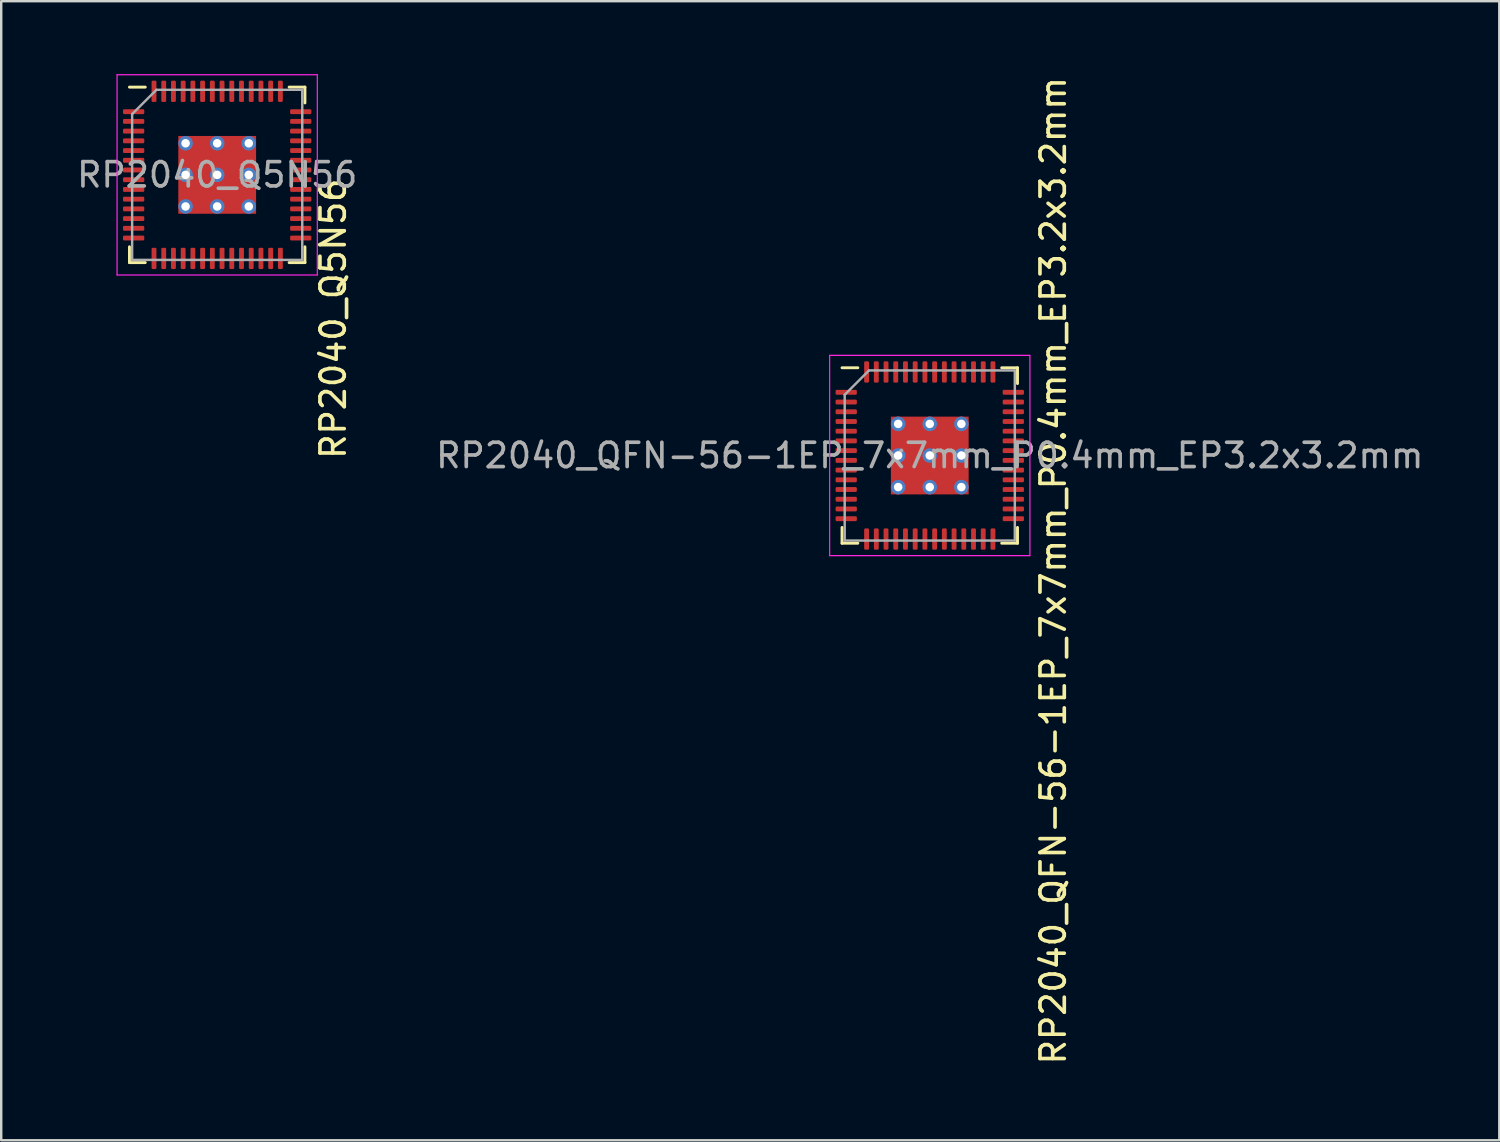
<source format=kicad_pcb>
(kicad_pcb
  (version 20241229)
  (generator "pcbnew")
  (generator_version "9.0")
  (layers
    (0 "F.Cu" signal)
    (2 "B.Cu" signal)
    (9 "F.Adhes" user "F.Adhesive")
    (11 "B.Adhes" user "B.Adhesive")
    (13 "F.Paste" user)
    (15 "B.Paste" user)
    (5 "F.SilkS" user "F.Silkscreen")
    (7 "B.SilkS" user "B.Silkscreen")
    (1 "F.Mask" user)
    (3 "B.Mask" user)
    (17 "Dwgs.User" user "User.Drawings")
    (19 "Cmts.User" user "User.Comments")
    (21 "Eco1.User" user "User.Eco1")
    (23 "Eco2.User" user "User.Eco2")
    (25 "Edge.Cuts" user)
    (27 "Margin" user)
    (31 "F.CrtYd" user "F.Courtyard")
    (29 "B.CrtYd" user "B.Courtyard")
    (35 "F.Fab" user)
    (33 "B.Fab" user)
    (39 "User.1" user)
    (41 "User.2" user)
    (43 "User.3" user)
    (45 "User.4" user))
  (footprint "RP2040_Q5N56"
    (layer "F.Cu")
    (at 5.887 4.145)
    (property "Reference" "RP2040_Q5N56" (at 4.773 5.919 90) (layer "F.SilkS") (effects (font (size 1 1) (thickness 0.15))))
    (attr smd)
    (fp_line (start -3.61 3.61) (end -3.61 2.96) (stroke (width 0.12) (type solid)) (layer "F.SilkS"))
    (fp_line (start -2.96 -3.61) (end -3.61 -3.61) (stroke (width 0.12) (type solid)) (layer "F.SilkS"))
    (fp_line (start -2.96 3.61) (end -3.61 3.61) (stroke (width 0.12) (type solid)) (layer "F.SilkS"))
    (fp_line (start 2.96 -3.61) (end 3.61 -3.61) (stroke (width 0.12) (type solid)) (layer "F.SilkS"))
    (fp_line (start 2.96 3.61) (end 3.61 3.61) (stroke (width 0.12) (type solid)) (layer "F.SilkS"))
    (fp_line (start 3.61 -3.61) (end 3.61 -2.96) (stroke (width 0.12) (type solid)) (layer "F.SilkS"))
    (fp_line (start 3.61 3.61) (end 3.61 2.96) (stroke (width 0.12) (type solid)) (layer "F.SilkS"))
    (fp_line (start -4.12 -4.12) (end -4.12 4.12) (stroke (width 0.05) (type solid)) (layer "F.CrtYd"))
    (fp_line (start -4.12 4.12) (end 4.12 4.12) (stroke (width 0.05) (type solid)) (layer "F.CrtYd"))
    (fp_line (start 4.12 -4.12) (end -4.12 -4.12) (stroke (width 0.05) (type solid)) (layer "F.CrtYd"))
    (fp_line (start 4.12 4.12) (end 4.12 -4.12) (stroke (width 0.05) (type solid)) (layer "F.CrtYd"))
    (fp_line (start -3.5 -2.5) (end -2.5 -3.5) (stroke (width 0.1) (type solid)) (layer "F.Fab"))
    (fp_line (start -3.5 3.5) (end -3.5 -2.5) (stroke (width 0.1) (type solid)) (layer "F.Fab"))
    (fp_line (start -2.5 -3.5) (end 3.5 -3.5) (stroke (width 0.1) (type solid)) (layer "F.Fab"))
    (fp_line (start 3.5 -3.5) (end 3.5 3.5) (stroke (width 0.1) (type solid)) (layer "F.Fab"))
    (fp_line (start 3.5 3.5) (end -3.5 3.5) (stroke (width 0.1) (type solid)) (layer "F.Fab"))
    (fp_text user "${REFERENCE}" (at 0 0 180) (layer "F.Fab") (effects (font (size 1 1) (thickness 0.15))))
    (pad "" smd roundrect (at -0.8 -0.8) (size 1.29 1.29) (layers "F.Paste") (roundrect_rratio 0.194))
    (pad "" smd roundrect (at -0.8 0.8) (size 1.29 1.29) (layers "F.Paste") (roundrect_rratio 0.194))
    (pad "" smd roundrect (at 0.8 -0.8) (size 1.29 1.29) (layers "F.Paste") (roundrect_rratio 0.194))
    (pad "" smd roundrect (at 0.8 0.8) (size 1.29 1.29) (layers "F.Paste") (roundrect_rratio 0.194))
    (pad "1" smd roundrect (at -3.438 -2.6) (size 0.875 0.2) (layers "F.Cu" "F.Mask" "F.Paste") (roundrect_rratio 0.25))
    (pad "2" smd roundrect (at -3.438 -2.2) (size 0.875 0.2) (layers "F.Cu" "F.Mask" "F.Paste") (roundrect_rratio 0.25))
    (pad "3" smd roundrect (at -3.438 -1.8) (size 0.875 0.2) (layers "F.Cu" "F.Mask" "F.Paste") (roundrect_rratio 0.25))
    (pad "4" smd roundrect (at -3.438 -1.4) (size 0.875 0.2) (layers "F.Cu" "F.Mask" "F.Paste") (roundrect_rratio 0.25))
    (pad "5" smd roundrect (at -3.438 -1) (size 0.875 0.2) (layers "F.Cu" "F.Mask" "F.Paste") (roundrect_rratio 0.25))
    (pad "6" smd roundrect (at -3.438 -0.6) (size 0.875 0.2) (layers "F.Cu" "F.Mask" "F.Paste") (roundrect_rratio 0.25))
    (pad "7" smd roundrect (at -3.438 -0.2) (size 0.875 0.2) (layers "F.Cu" "F.Mask" "F.Paste") (roundrect_rratio 0.25))
    (pad "8" smd roundrect (at -3.438 0.2) (size 0.875 0.2) (layers "F.Cu" "F.Mask" "F.Paste") (roundrect_rratio 0.25))
    (pad "9" smd roundrect (at -3.438 0.6) (size 0.875 0.2) (layers "F.Cu" "F.Mask" "F.Paste") (roundrect_rratio 0.25))
    (pad "10" smd roundrect (at -3.438 1) (size 0.875 0.2) (layers "F.Cu" "F.Mask" "F.Paste") (roundrect_rratio 0.25))
    (pad "11" smd roundrect (at -3.438 1.4) (size 0.875 0.2) (layers "F.Cu" "F.Mask" "F.Paste") (roundrect_rratio 0.25))
    (pad "12" smd roundrect (at -3.438 1.8) (size 0.875 0.2) (layers "F.Cu" "F.Mask" "F.Paste") (roundrect_rratio 0.25))
    (pad "13" smd roundrect (at -3.438 2.2) (size 0.875 0.2) (layers "F.Cu" "F.Mask" "F.Paste") (roundrect_rratio 0.25))
    (pad "14" smd roundrect (at -3.438 2.6) (size 0.875 0.2) (layers "F.Cu" "F.Mask" "F.Paste") (roundrect_rratio 0.25))
    (pad "15" smd roundrect (at -2.6 3.438) (size 0.2 0.875) (layers "F.Cu" "F.Mask" "F.Paste") (roundrect_rratio 0.25))
    (pad "16" smd roundrect (at -2.2 3.438) (size 0.2 0.875) (layers "F.Cu" "F.Mask" "F.Paste") (roundrect_rratio 0.25))
    (pad "17" smd roundrect (at -1.8 3.438) (size 0.2 0.875) (layers "F.Cu" "F.Mask" "F.Paste") (roundrect_rratio 0.25))
    (pad "18" smd roundrect (at -1.4 3.438) (size 0.2 0.875) (layers "F.Cu" "F.Mask" "F.Paste") (roundrect_rratio 0.25))
    (pad "19" smd roundrect (at -1 3.438) (size 0.2 0.875) (layers "F.Cu" "F.Mask" "F.Paste") (roundrect_rratio 0.25))
    (pad "20" smd roundrect (at -0.6 3.438) (size 0.2 0.875) (layers "F.Cu" "F.Mask" "F.Paste") (roundrect_rratio 0.25))
    (pad "21" smd roundrect (at -0.2 3.438) (size 0.2 0.875) (layers "F.Cu" "F.Mask" "F.Paste") (roundrect_rratio 0.25))
    (pad "22" smd roundrect (at 0.2 3.438) (size 0.2 0.875) (layers "F.Cu" "F.Mask" "F.Paste") (roundrect_rratio 0.25))
    (pad "23" smd roundrect (at 0.6 3.438) (size 0.2 0.875) (layers "F.Cu" "F.Mask" "F.Paste") (roundrect_rratio 0.25))
    (pad "24" smd roundrect (at 1 3.438) (size 0.2 0.875) (layers "F.Cu" "F.Mask" "F.Paste") (roundrect_rratio 0.25))
    (pad "25" smd roundrect (at 1.4 3.438) (size 0.2 0.875) (layers "F.Cu" "F.Mask" "F.Paste") (roundrect_rratio 0.25))
    (pad "26" smd roundrect (at 1.8 3.438) (size 0.2 0.875) (layers "F.Cu" "F.Mask" "F.Paste") (roundrect_rratio 0.25))
    (pad "27" smd roundrect (at 2.2 3.438) (size 0.2 0.875) (layers "F.Cu" "F.Mask" "F.Paste") (roundrect_rratio 0.25))
    (pad "28" smd roundrect (at 2.6 3.438) (size 0.2 0.875) (layers "F.Cu" "F.Mask" "F.Paste") (roundrect_rratio 0.25))
    (pad "29" smd roundrect (at 3.438 2.6) (size 0.875 0.2) (layers "F.Cu" "F.Mask" "F.Paste") (roundrect_rratio 0.25))
    (pad "30" smd roundrect (at 3.438 2.2) (size 0.875 0.2) (layers "F.Cu" "F.Mask" "F.Paste") (roundrect_rratio 0.25))
    (pad "31" smd roundrect (at 3.438 1.8) (size 0.875 0.2) (layers "F.Cu" "F.Mask" "F.Paste") (roundrect_rratio 0.25))
    (pad "32" smd roundrect (at 3.438 1.4) (size 0.875 0.2) (layers "F.Cu" "F.Mask" "F.Paste") (roundrect_rratio 0.25))
    (pad "33" smd roundrect (at 3.438 1) (size 0.875 0.2) (layers "F.Cu" "F.Mask" "F.Paste") (roundrect_rratio 0.25))
    (pad "34" smd roundrect (at 3.438 0.6) (size 0.875 0.2) (layers "F.Cu" "F.Mask" "F.Paste") (roundrect_rratio 0.25))
    (pad "35" smd roundrect (at 3.438 0.2) (size 0.875 0.2) (layers "F.Cu" "F.Mask" "F.Paste") (roundrect_rratio 0.25))
    (pad "36" smd roundrect (at 3.438 -0.2) (size 0.875 0.2) (layers "F.Cu" "F.Mask" "F.Paste") (roundrect_rratio 0.25))
    (pad "37" smd roundrect (at 3.438 -0.6) (size 0.875 0.2) (layers "F.Cu" "F.Mask" "F.Paste") (roundrect_rratio 0.25))
    (pad "38" smd roundrect (at 3.438 -1) (size 0.875 0.2) (layers "F.Cu" "F.Mask" "F.Paste") (roundrect_rratio 0.25))
    (pad "39" smd roundrect (at 3.438 -1.4) (size 0.875 0.2) (layers "F.Cu" "F.Mask" "F.Paste") (roundrect_rratio 0.25))
    (pad "40" smd roundrect (at 3.438 -1.8) (size 0.875 0.2) (layers "F.Cu" "F.Mask" "F.Paste") (roundrect_rratio 0.25))
    (pad "41" smd roundrect (at 3.438 -2.2) (size 0.875 0.2) (layers "F.Cu" "F.Mask" "F.Paste") (roundrect_rratio 0.25))
    (pad "42" smd roundrect (at 3.438 -2.6) (size 0.875 0.2) (layers "F.Cu" "F.Mask" "F.Paste") (roundrect_rratio 0.25))
    (pad "43" smd roundrect (at 2.6 -3.438) (size 0.2 0.875) (layers "F.Cu" "F.Mask" "F.Paste") (roundrect_rratio 0.25))
    (pad "44" smd roundrect (at 2.2 -3.438) (size 0.2 0.875) (layers "F.Cu" "F.Mask" "F.Paste") (roundrect_rratio 0.25))
    (pad "45" smd roundrect (at 1.8 -3.438) (size 0.2 0.875) (layers "F.Cu" "F.Mask" "F.Paste") (roundrect_rratio 0.25))
    (pad "46" smd roundrect (at 1.4 -3.438) (size 0.2 0.875) (layers "F.Cu" "F.Mask" "F.Paste") (roundrect_rratio 0.25))
    (pad "47" smd roundrect (at 1 -3.438) (size 0.2 0.875) (layers "F.Cu" "F.Mask" "F.Paste") (roundrect_rratio 0.25))
    (pad "48" smd roundrect (at 0.6 -3.438) (size 0.2 0.875) (layers "F.Cu" "F.Mask" "F.Paste") (roundrect_rratio 0.25))
    (pad "49" smd roundrect (at 0.2 -3.438) (size 0.2 0.875) (layers "F.Cu" "F.Mask" "F.Paste") (roundrect_rratio 0.25))
    (pad "50" smd roundrect (at -0.2 -3.438) (size 0.2 0.875) (layers "F.Cu" "F.Mask" "F.Paste") (roundrect_rratio 0.25))
    (pad "51" smd roundrect (at -0.6 -3.438) (size 0.2 0.875) (layers "F.Cu" "F.Mask" "F.Paste") (roundrect_rratio 0.25))
    (pad "52" smd roundrect (at -1 -3.438) (size 0.2 0.875) (layers "F.Cu" "F.Mask" "F.Paste") (roundrect_rratio 0.25))
    (pad "53" smd roundrect (at -1.4 -3.438) (size 0.2 0.875) (layers "F.Cu" "F.Mask" "F.Paste") (roundrect_rratio 0.25))
    (pad "54" smd roundrect (at -1.8 -3.438) (size 0.2 0.875) (layers "F.Cu" "F.Mask" "F.Paste") (roundrect_rratio 0.25))
    (pad "55" smd roundrect (at -2.2 -3.438) (size 0.2 0.875) (layers "F.Cu" "F.Mask" "F.Paste") (roundrect_rratio 0.25))
    (pad "56" smd roundrect (at -2.6 -3.438) (size 0.2 0.875) (layers "F.Cu" "F.Mask" "F.Paste") (roundrect_rratio 0.25))
    (pad "57" thru_hole custom (at -1.3 -1.3) (size 0.6 0.6) (drill 0.35) (layers "*.Cu" "*.Mask") (options (anchor circle)) (primitives))
    (pad "57" thru_hole custom (at -1.3 0) (size 0.6 0.6) (drill 0.35) (layers "*.Cu" "*.Mask") (options (anchor circle)) (primitives))
    (pad "57" thru_hole custom (at -1.3 1.3) (size 0.6 0.6) (drill 0.35) (layers "*.Cu" "*.Mask") (options (anchor circle)) (primitives))
    (pad "57" thru_hole custom (at 0 -1.3) (size 0.6 0.6) (drill 0.35) (layers "*.Cu" "*.Mask") (options (anchor circle)) (primitives))
    (pad "57" thru_hole custom (at 0 0) (size 0.6 0.6) (drill 0.35) (layers "*.Cu" "*.Mask") (options (anchor circle)) (primitives))
    (pad "57" smd rect (at 0 0) (size 3.2 3.2) (layers "F.Cu" "F.Mask"))
    (pad "57" thru_hole custom (at 0 1.3) (size 0.6 0.6) (drill 0.35) (layers "*.Cu" "*.Mask") (options (anchor circle)) (primitives))
    (pad "57" thru_hole custom (at 1.3 -1.3) (size 0.6 0.6) (drill 0.35) (layers "*.Cu" "*.Mask") (options (anchor circle)) (primitives))
    (pad "57" thru_hole custom (at 1.3 0) (size 0.6 0.6) (drill 0.35) (layers "*.Cu" "*.Mask") (options (anchor circle)) (primitives))
    (pad "57" thru_hole custom (at 1.3 1.3) (size 0.6 0.6) (drill 0.35) (layers "*.Cu" "*.Mask") (options (anchor circle)) (primitives)))
  (footprint "RP2040_QFN-56-1EP_7x7mm_P0.4mm_EP3.2x3.2mm"
    (layer "F.Cu")
    (at 35.208 15.693)
    (property "Reference" "RP2040_QFN-56-1EP_7x7mm_P0.4mm_EP3.2x3.2mm" (at 5.08 4.741 270) (layer "F.SilkS") (effects (font (size 1 1) (thickness 0.15))))
    (attr smd)
    (fp_line (start -3.61 3.61) (end -3.61 2.96) (stroke (width 0.12) (type solid)) (layer "F.SilkS"))
    (fp_line (start -2.96 -3.61) (end -3.61 -3.61) (stroke (width 0.12) (type solid)) (layer "F.SilkS"))
    (fp_line (start -2.96 3.61) (end -3.61 3.61) (stroke (width 0.12) (type solid)) (layer "F.SilkS"))
    (fp_line (start 2.96 -3.61) (end 3.61 -3.61) (stroke (width 0.12) (type solid)) (layer "F.SilkS"))
    (fp_line (start 2.96 3.61) (end 3.61 3.61) (stroke (width 0.12) (type solid)) (layer "F.SilkS"))
    (fp_line (start 3.61 -3.61) (end 3.61 -2.96) (stroke (width 0.12) (type solid)) (layer "F.SilkS"))
    (fp_line (start 3.61 3.61) (end 3.61 2.96) (stroke (width 0.12) (type solid)) (layer "F.SilkS"))
    (fp_line (start -4.12 -4.12) (end -4.12 4.12) (stroke (width 0.05) (type solid)) (layer "F.CrtYd"))
    (fp_line (start -4.12 4.12) (end 4.12 4.12) (stroke (width 0.05) (type solid)) (layer "F.CrtYd"))
    (fp_line (start 4.12 -4.12) (end -4.12 -4.12) (stroke (width 0.05) (type solid)) (layer "F.CrtYd"))
    (fp_line (start 4.12 4.12) (end 4.12 -4.12) (stroke (width 0.05) (type solid)) (layer "F.CrtYd"))
    (fp_line (start -3.5 -2.5) (end -2.5 -3.5) (stroke (width 0.1) (type solid)) (layer "F.Fab"))
    (fp_line (start -3.5 3.5) (end -3.5 -2.5) (stroke (width 0.1) (type solid)) (layer "F.Fab"))
    (fp_line (start -2.5 -3.5) (end 3.5 -3.5) (stroke (width 0.1) (type solid)) (layer "F.Fab"))
    (fp_line (start 3.5 -3.5) (end 3.5 3.5) (stroke (width 0.1) (type solid)) (layer "F.Fab"))
    (fp_line (start 3.5 3.5) (end -3.5 3.5) (stroke (width 0.1) (type solid)) (layer "F.Fab"))
    (fp_text user "${REFERENCE}" (at 0 0 0) (layer "F.Fab") (effects (font (size 1 1) (thickness 0.15))))
    (pad "" smd roundrect (at -0.8 -0.8) (size 1.29 1.29) (layers "F.Paste") (roundrect_rratio 0.194))
    (pad "" smd roundrect (at -0.8 0.8) (size 1.29 1.29) (layers "F.Paste") (roundrect_rratio 0.194))
    (pad "" smd roundrect (at 0.8 -0.8) (size 1.29 1.29) (layers "F.Paste") (roundrect_rratio 0.194))
    (pad "" smd roundrect (at 0.8 0.8) (size 1.29 1.29) (layers "F.Paste") (roundrect_rratio 0.194))
    (pad "1" smd roundrect (at -3.438 -2.6) (size 0.875 0.2) (layers "F.Cu" "F.Mask" "F.Paste") (roundrect_rratio 0.25))
    (pad "2" smd roundrect (at -3.438 -2.2) (size 0.875 0.2) (layers "F.Cu" "F.Mask" "F.Paste") (roundrect_rratio 0.25))
    (pad "3" smd roundrect (at -3.438 -1.8) (size 0.875 0.2) (layers "F.Cu" "F.Mask" "F.Paste") (roundrect_rratio 0.25))
    (pad "4" smd roundrect (at -3.438 -1.4) (size 0.875 0.2) (layers "F.Cu" "F.Mask" "F.Paste") (roundrect_rratio 0.25))
    (pad "5" smd roundrect (at -3.438 -1) (size 0.875 0.2) (layers "F.Cu" "F.Mask" "F.Paste") (roundrect_rratio 0.25))
    (pad "6" smd roundrect (at -3.438 -0.6) (size 0.875 0.2) (layers "F.Cu" "F.Mask" "F.Paste") (roundrect_rratio 0.25))
    (pad "7" smd roundrect (at -3.438 -0.2) (size 0.875 0.2) (layers "F.Cu" "F.Mask" "F.Paste") (roundrect_rratio 0.25))
    (pad "8" smd roundrect (at -3.438 0.2) (size 0.875 0.2) (layers "F.Cu" "F.Mask" "F.Paste") (roundrect_rratio 0.25))
    (pad "9" smd roundrect (at -3.438 0.6) (size 0.875 0.2) (layers "F.Cu" "F.Mask" "F.Paste") (roundrect_rratio 0.25))
    (pad "10" smd roundrect (at -3.438 1) (size 0.875 0.2) (layers "F.Cu" "F.Mask" "F.Paste") (roundrect_rratio 0.25))
    (pad "11" smd roundrect (at -3.438 1.4) (size 0.875 0.2) (layers "F.Cu" "F.Mask" "F.Paste") (roundrect_rratio 0.25))
    (pad "12" smd roundrect (at -3.438 1.8) (size 0.875 0.2) (layers "F.Cu" "F.Mask" "F.Paste") (roundrect_rratio 0.25))
    (pad "13" smd roundrect (at -3.438 2.2) (size 0.875 0.2) (layers "F.Cu" "F.Mask" "F.Paste") (roundrect_rratio 0.25))
    (pad "14" smd roundrect (at -3.438 2.6) (size 0.875 0.2) (layers "F.Cu" "F.Mask" "F.Paste") (roundrect_rratio 0.25))
    (pad "15" smd roundrect (at -2.6 3.438) (size 0.2 0.875) (layers "F.Cu" "F.Mask" "F.Paste") (roundrect_rratio 0.25))
    (pad "16" smd roundrect (at -2.2 3.438) (size 0.2 0.875) (layers "F.Cu" "F.Mask" "F.Paste") (roundrect_rratio 0.25))
    (pad "17" smd roundrect (at -1.8 3.438) (size 0.2 0.875) (layers "F.Cu" "F.Mask" "F.Paste") (roundrect_rratio 0.25))
    (pad "18" smd roundrect (at -1.4 3.438) (size 0.2 0.875) (layers "F.Cu" "F.Mask" "F.Paste") (roundrect_rratio 0.25))
    (pad "19" smd roundrect (at -1 3.438) (size 0.2 0.875) (layers "F.Cu" "F.Mask" "F.Paste") (roundrect_rratio 0.25))
    (pad "20" smd roundrect (at -0.6 3.438) (size 0.2 0.875) (layers "F.Cu" "F.Mask" "F.Paste") (roundrect_rratio 0.25))
    (pad "21" smd roundrect (at -0.2 3.438) (size 0.2 0.875) (layers "F.Cu" "F.Mask" "F.Paste") (roundrect_rratio 0.25))
    (pad "22" smd roundrect (at 0.2 3.438) (size 0.2 0.875) (layers "F.Cu" "F.Mask" "F.Paste") (roundrect_rratio 0.25))
    (pad "23" smd roundrect (at 0.6 3.438) (size 0.2 0.875) (layers "F.Cu" "F.Mask" "F.Paste") (roundrect_rratio 0.25))
    (pad "24" smd roundrect (at 1 3.438) (size 0.2 0.875) (layers "F.Cu" "F.Mask" "F.Paste") (roundrect_rratio 0.25))
    (pad "25" smd roundrect (at 1.4 3.438) (size 0.2 0.875) (layers "F.Cu" "F.Mask" "F.Paste") (roundrect_rratio 0.25))
    (pad "26" smd roundrect (at 1.8 3.438) (size 0.2 0.875) (layers "F.Cu" "F.Mask" "F.Paste") (roundrect_rratio 0.25))
    (pad "27" smd roundrect (at 2.2 3.438) (size 0.2 0.875) (layers "F.Cu" "F.Mask" "F.Paste") (roundrect_rratio 0.25))
    (pad "28" smd roundrect (at 2.6 3.438) (size 0.2 0.875) (layers "F.Cu" "F.Mask" "F.Paste") (roundrect_rratio 0.25))
    (pad "29" smd roundrect (at 3.438 2.6) (size 0.875 0.2) (layers "F.Cu" "F.Mask" "F.Paste") (roundrect_rratio 0.25))
    (pad "30" smd roundrect (at 3.438 2.2) (size 0.875 0.2) (layers "F.Cu" "F.Mask" "F.Paste") (roundrect_rratio 0.25))
    (pad "31" smd roundrect (at 3.438 1.8) (size 0.875 0.2) (layers "F.Cu" "F.Mask" "F.Paste") (roundrect_rratio 0.25))
    (pad "32" smd roundrect (at 3.438 1.4) (size 0.875 0.2) (layers "F.Cu" "F.Mask" "F.Paste") (roundrect_rratio 0.25))
    (pad "33" smd roundrect (at 3.438 1) (size 0.875 0.2) (layers "F.Cu" "F.Mask" "F.Paste") (roundrect_rratio 0.25))
    (pad "34" smd roundrect (at 3.438 0.6) (size 0.875 0.2) (layers "F.Cu" "F.Mask" "F.Paste") (roundrect_rratio 0.25))
    (pad "35" smd roundrect (at 3.438 0.2) (size 0.875 0.2) (layers "F.Cu" "F.Mask" "F.Paste") (roundrect_rratio 0.25))
    (pad "36" smd roundrect (at 3.438 -0.2) (size 0.875 0.2) (layers "F.Cu" "F.Mask" "F.Paste") (roundrect_rratio 0.25))
    (pad "37" smd roundrect (at 3.438 -0.6) (size 0.875 0.2) (layers "F.Cu" "F.Mask" "F.Paste") (roundrect_rratio 0.25))
    (pad "38" smd roundrect (at 3.438 -1) (size 0.875 0.2) (layers "F.Cu" "F.Mask" "F.Paste") (roundrect_rratio 0.25))
    (pad "39" smd roundrect (at 3.438 -1.4) (size 0.875 0.2) (layers "F.Cu" "F.Mask" "F.Paste") (roundrect_rratio 0.25))
    (pad "40" smd roundrect (at 3.438 -1.8) (size 0.875 0.2) (layers "F.Cu" "F.Mask" "F.Paste") (roundrect_rratio 0.25))
    (pad "41" smd roundrect (at 3.438 -2.2) (size 0.875 0.2) (layers "F.Cu" "F.Mask" "F.Paste") (roundrect_rratio 0.25))
    (pad "42" smd roundrect (at 3.438 -2.6) (size 0.875 0.2) (layers "F.Cu" "F.Mask" "F.Paste") (roundrect_rratio 0.25))
    (pad "43" smd roundrect (at 2.6 -3.438) (size 0.2 0.875) (layers "F.Cu" "F.Mask" "F.Paste") (roundrect_rratio 0.25))
    (pad "44" smd roundrect (at 2.2 -3.438) (size 0.2 0.875) (layers "F.Cu" "F.Mask" "F.Paste") (roundrect_rratio 0.25))
    (pad "45" smd roundrect (at 1.8 -3.438) (size 0.2 0.875) (layers "F.Cu" "F.Mask" "F.Paste") (roundrect_rratio 0.25))
    (pad "46" smd roundrect (at 1.4 -3.438) (size 0.2 0.875) (layers "F.Cu" "F.Mask" "F.Paste") (roundrect_rratio 0.25))
    (pad "47" smd roundrect (at 1 -3.438) (size 0.2 0.875) (layers "F.Cu" "F.Mask" "F.Paste") (roundrect_rratio 0.25))
    (pad "48" smd roundrect (at 0.6 -3.438) (size 0.2 0.875) (layers "F.Cu" "F.Mask" "F.Paste") (roundrect_rratio 0.25))
    (pad "49" smd roundrect (at 0.2 -3.438) (size 0.2 0.875) (layers "F.Cu" "F.Mask" "F.Paste") (roundrect_rratio 0.25))
    (pad "50" smd roundrect (at -0.2 -3.438) (size 0.2 0.875) (layers "F.Cu" "F.Mask" "F.Paste") (roundrect_rratio 0.25))
    (pad "51" smd roundrect (at -0.6 -3.438) (size 0.2 0.875) (layers "F.Cu" "F.Mask" "F.Paste") (roundrect_rratio 0.25))
    (pad "52" smd roundrect (at -1 -3.438) (size 0.2 0.875) (layers "F.Cu" "F.Mask" "F.Paste") (roundrect_rratio 0.25))
    (pad "53" smd roundrect (at -1.4 -3.438) (size 0.2 0.875) (layers "F.Cu" "F.Mask" "F.Paste") (roundrect_rratio 0.25))
    (pad "54" smd roundrect (at -1.8 -3.438) (size 0.2 0.875) (layers "F.Cu" "F.Mask" "F.Paste") (roundrect_rratio 0.25))
    (pad "55" smd roundrect (at -2.2 -3.438) (size 0.2 0.875) (layers "F.Cu" "F.Mask" "F.Paste") (roundrect_rratio 0.25))
    (pad "56" smd roundrect (at -2.6 -3.438) (size 0.2 0.875) (layers "F.Cu" "F.Mask" "F.Paste") (roundrect_rratio 0.25))
    (pad "57" thru_hole custom (at -1.3 -1.3) (size 0.6 0.6) (drill 0.35) (layers "*.Cu" "*.Mask") (options (anchor circle)) (primitives))
    (pad "57" thru_hole custom (at -1.3 0) (size 0.6 0.6) (drill 0.35) (layers "*.Cu" "*.Mask") (options (anchor circle)) (primitives))
    (pad "57" thru_hole custom (at -1.3 1.3) (size 0.6 0.6) (drill 0.35) (layers "*.Cu" "*.Mask") (options (anchor circle)) (primitives))
    (pad "57" thru_hole custom (at 0 -1.3) (size 0.6 0.6) (drill 0.35) (layers "*.Cu" "*.Mask") (options (anchor circle)) (primitives))
    (pad "57" thru_hole custom (at 0 0) (size 0.6 0.6) (drill 0.35) (layers "*.Cu" "*.Mask") (options (anchor circle)) (primitives))
    (pad "57" smd rect (at 0 0) (size 3.2 3.2) (layers "F.Cu" "F.Mask"))
    (pad "57" thru_hole custom (at 0 1.3) (size 0.6 0.6) (drill 0.35) (layers "*.Cu" "*.Mask") (options (anchor circle)) (primitives))
    (pad "57" thru_hole custom (at 1.3 -1.3) (size 0.6 0.6) (drill 0.35) (layers "*.Cu" "*.Mask") (options (anchor circle)) (primitives))
    (pad "57" thru_hole custom (at 1.3 0) (size 0.6 0.6) (drill 0.35) (layers "*.Cu" "*.Mask") (options (anchor circle)) (primitives))
    (pad "57" thru_hole custom (at 1.3 1.3) (size 0.6 0.6) (drill 0.35) (layers "*.Cu" "*.Mask") (options (anchor circle)) (primitives)))
  (gr_rect
    (start -3 -3)
    (end 58.643 43.869)
    (stroke (width 0.1) (type default))
    (fill no)
    (layer "Edge.Cuts")))
</source>
